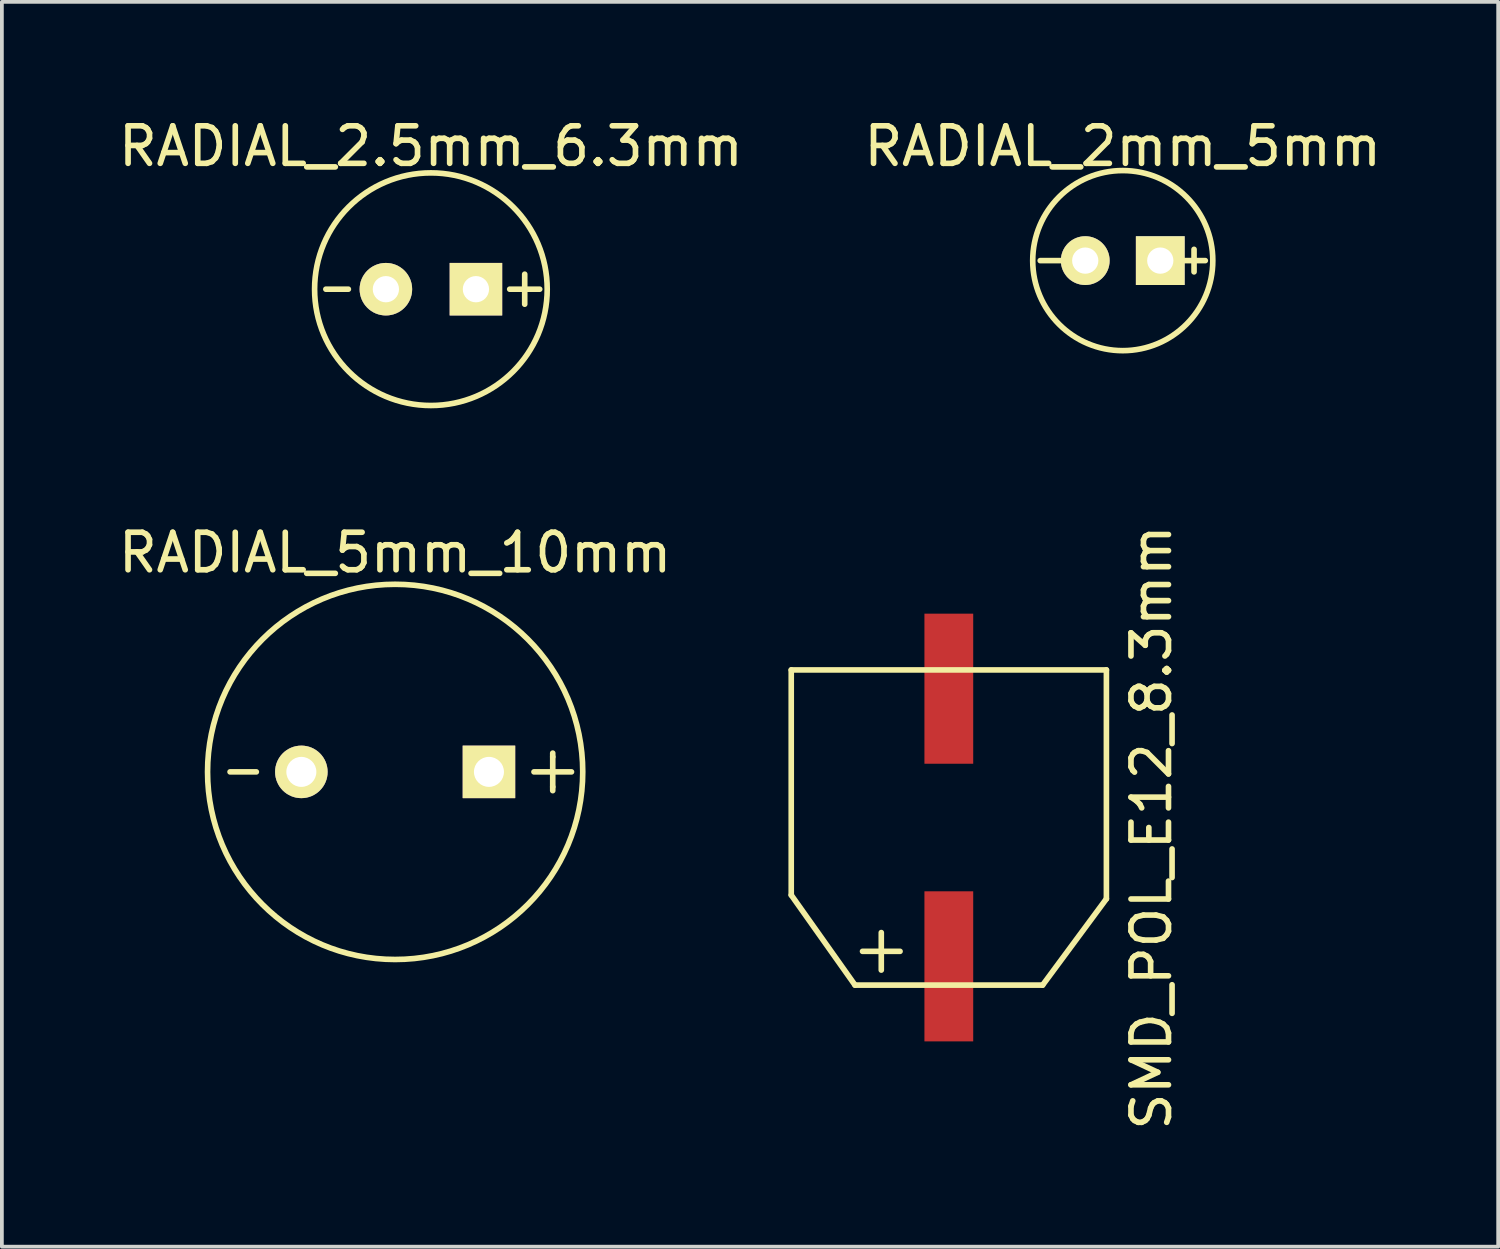
<source format=kicad_pcb>
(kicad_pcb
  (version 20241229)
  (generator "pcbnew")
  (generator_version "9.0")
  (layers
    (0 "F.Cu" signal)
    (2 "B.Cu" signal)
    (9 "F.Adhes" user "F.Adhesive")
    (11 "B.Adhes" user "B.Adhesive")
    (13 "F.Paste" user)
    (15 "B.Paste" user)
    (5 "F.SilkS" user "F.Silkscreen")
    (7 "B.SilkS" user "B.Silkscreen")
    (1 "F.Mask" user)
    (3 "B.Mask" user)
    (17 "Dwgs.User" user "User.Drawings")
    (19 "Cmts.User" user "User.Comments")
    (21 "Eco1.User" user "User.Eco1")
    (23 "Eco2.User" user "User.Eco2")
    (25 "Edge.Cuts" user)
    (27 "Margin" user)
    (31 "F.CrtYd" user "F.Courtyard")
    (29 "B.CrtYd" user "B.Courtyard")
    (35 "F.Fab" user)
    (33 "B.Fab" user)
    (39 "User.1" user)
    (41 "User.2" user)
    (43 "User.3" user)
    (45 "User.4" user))
  (footprint "SMD_POL_E12_8.3mm"
    (layer "F.Cu")
    (at 22.239 19.006)
    (property "Reference" "SMD_POL_E12_8.3mm" (at 5.4 0 90) (layer "F.SilkS") (effects (font (size 1 1) (thickness 0.15))))
    (attr through_hole)
    (fp_line (start -4.2 -4.2) (end -4.2 1.8) (stroke (width 0.15) (type solid)) (layer "F.SilkS"))
    (fp_line (start -4.2 -4.2) (end 4.2 -4.2) (stroke (width 0.15) (type solid)) (layer "F.SilkS"))
    (fp_line (start -4.2 1.8) (end -2.5 4.2) (stroke (width 0.15) (type solid)) (layer "F.SilkS"))
    (fp_line (start -1.8 2.8) (end -1.8 3.8) (stroke (width 0.15) (type solid)) (layer "F.SilkS"))
    (fp_line (start -1.3 3.3) (end -2.3 3.3) (stroke (width 0.15) (type solid)) (layer "F.SilkS"))
    (fp_line (start 2.5 4.2) (end -2.5 4.2) (stroke (width 0.15) (type solid)) (layer "F.SilkS"))
    (fp_line (start 4.2 1.9) (end 2.5 4.2) (stroke (width 0.15) (type solid)) (layer "F.SilkS"))
    (fp_line (start 4.2 1.9) (end 4.2 -4.2) (stroke (width 0.15) (type solid)) (layer "F.SilkS"))
    (pad "N" smd rect (at 0 -3.7) (size 1.3 4) (layers "F.Cu" "F.Mask" "F.Paste"))
    (pad "P" smd rect (at 0 3.7) (size 1.3 4) (layers "F.Cu" "F.Mask" "F.Paste")))
  (footprint "RADIAL_5mm_10mm"
    (layer "F.Cu")
    (at 7.482 17.523)
    (property "Reference" "RADIAL_5mm_10mm" (at 0 -5.842 0) (layer "F.SilkS") (effects (font (size 1 1) (thickness 0.15))))
    (attr through_hole)
    (fp_line (start -3.7 0) (end -4.4 0) (stroke (width 0.15) (type solid)) (layer "F.SilkS"))
    (fp_line (start 3.7 0) (end 4.7 0) (stroke (width 0.15) (type solid)) (layer "F.SilkS"))
    (fp_line (start 4.2 -0.4) (end 4.2 -0.5) (stroke (width 0.15) (type solid)) (layer "F.SilkS"))
    (fp_line (start 4.2 -0.4) (end 4.2 0.4) (stroke (width 0.15) (type solid)) (layer "F.SilkS"))
    (fp_line (start 4.2 0.4) (end 4.2 0.5) (stroke (width 0.15) (type solid)) (layer "F.SilkS"))
    (fp_circle (center 0 0) (end 0 -5) (stroke (width 0.15) (type solid)) (fill no) (layer "F.SilkS"))
    (pad "1" thru_hole rect (at 2.5 0) (size 1.4 1.4) (drill 0.8) (layers "*.Cu" "*.Mask" "F.SilkS"))
    (pad "2" thru_hole circle (at -2.5 0) (size 1.4 1.4) (drill 0.8) (layers "*.Cu" "*.Mask" "F.SilkS")))
  (footprint "RADIAL_2.5mm_6.3mm"
    (layer "F.Cu")
    (at 8.435 4.658)
    (property "Reference" "RADIAL_2.5mm_6.3mm" (at 0 -3.81 0) (layer "F.SilkS") (effects (font (size 1 1) (thickness 0.15))))
    (attr through_hole)
    (fp_line (start -2.2 0) (end -2.8 0) (stroke (width 0.15) (type solid)) (layer "F.SilkS"))
    (fp_line (start 2.1 0) (end 2.9 0) (stroke (width 0.15) (type solid)) (layer "F.SilkS"))
    (fp_line (start 2.5 -0.4) (end 2.5 0.4) (stroke (width 0.15) (type solid)) (layer "F.SilkS"))
    (fp_circle (center 0 0) (end 0 -3.1) (stroke (width 0.15) (type solid)) (fill no) (layer "F.SilkS"))
    (pad "1" thru_hole rect (at 1.2 0) (size 1.4 1.4) (drill 0.7) (layers "*.Cu" "*.Mask" "F.SilkS"))
    (pad "2" thru_hole circle (at -1.2 0) (size 1.4 1.4) (drill 0.7) (layers "*.Cu" "*.Mask" "F.SilkS")))
  (footprint "RADIAL_2mm_5mm"
    (layer "F.Cu")
    (at 26.875 3.896)
    (property "Reference" "RADIAL_2mm_5mm" (at 0 -3.048 0) (layer "F.SilkS") (effects (font (size 1 1) (thickness 0.15))))
    (attr through_hole)
    (fp_line (start -2.2 0) (end -1.6 0) (stroke (width 0.15) (type solid)) (layer "F.SilkS"))
    (fp_line (start 1.6 0) (end 2.2 0) (stroke (width 0.15) (type solid)) (layer "F.SilkS"))
    (fp_line (start 1.9 -0.3) (end 1.9 0.3) (stroke (width 0.15) (type solid)) (layer "F.SilkS"))
    (fp_circle (center 0 0) (end 0 -2.4) (stroke (width 0.15) (type solid)) (fill no) (layer "F.SilkS"))
    (pad "1" thru_hole rect (at 1 0) (size 1.3 1.3) (drill 0.7) (layers "*.Cu" "*.Mask" "F.SilkS"))
    (pad "2" thru_hole circle (at -1 0) (size 1.3 1.3) (drill 0.7) (layers "*.Cu" "*.Mask" "F.SilkS")))
  (gr_rect
    (start -3 -3)
    (end 36.881 30.178)
    (stroke (width 0.1) (type default))
    (fill no)
    (layer "Edge.Cuts")))
</source>
